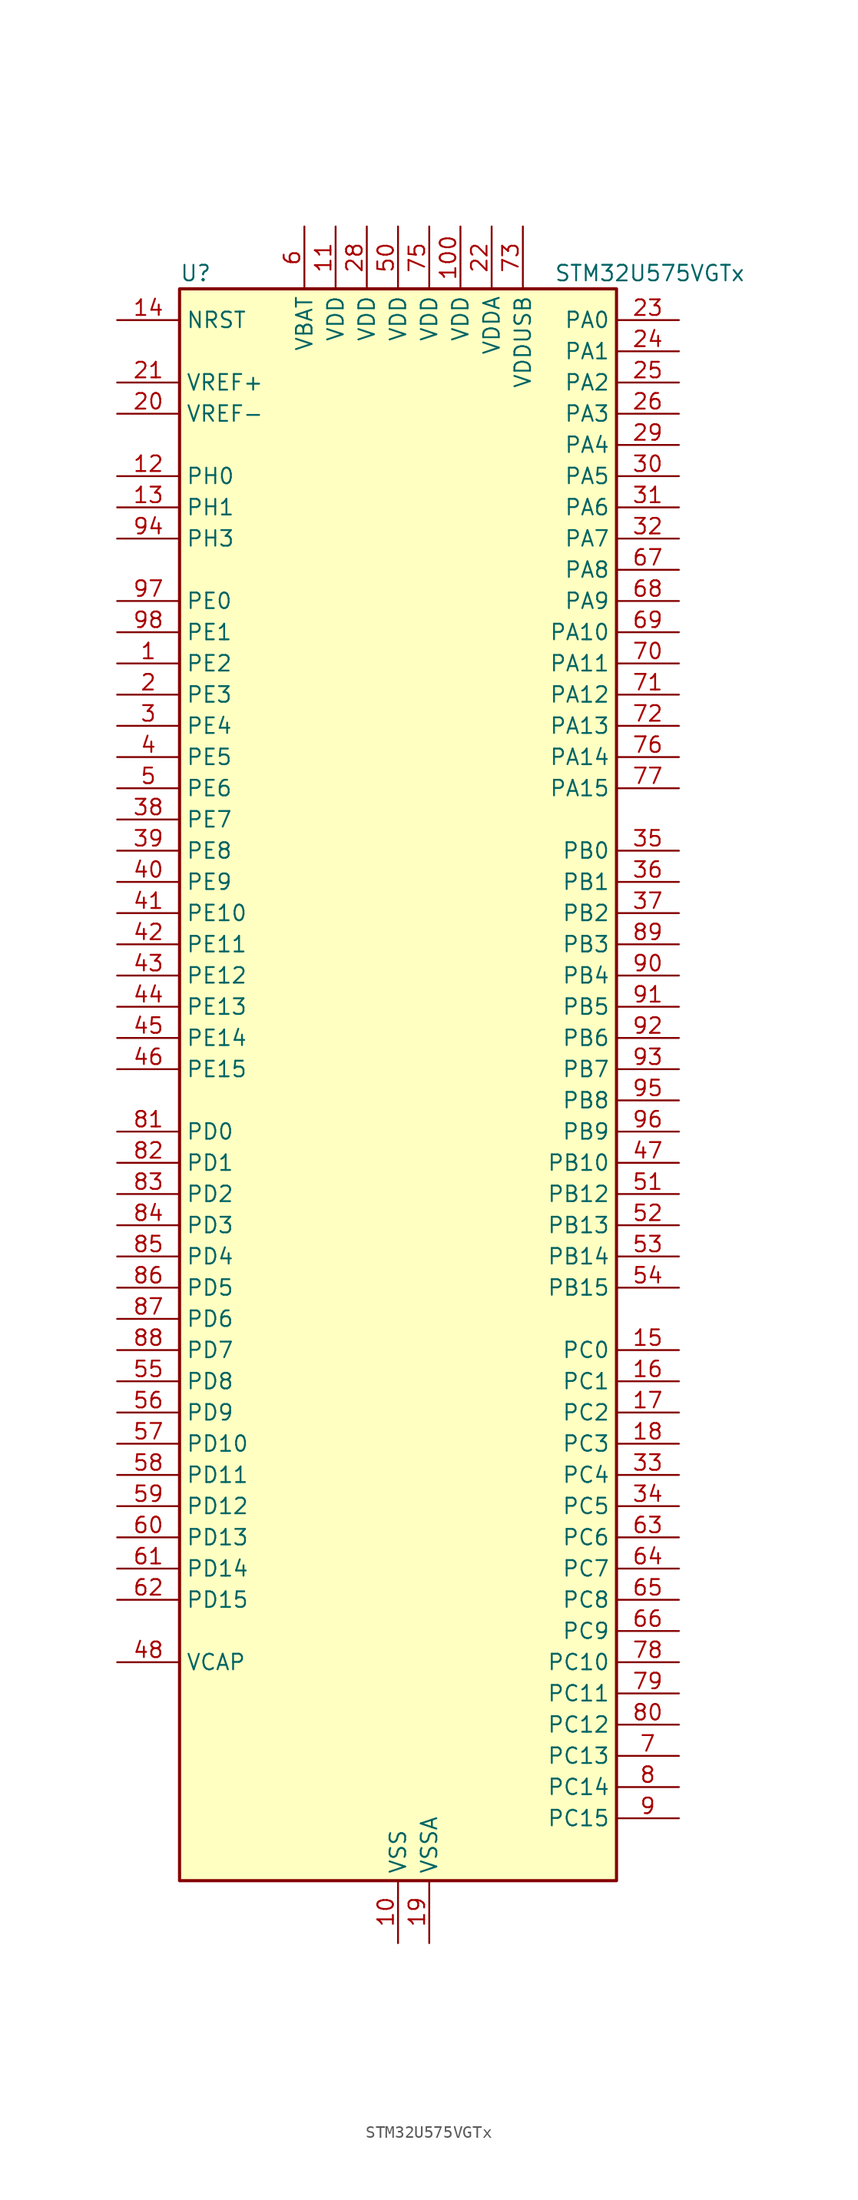
<source format=kicad_sym>
(kicad_symbol_lib
  (version 20211014)
  (generator kicad-library-utils)
  (symbol "STM32U575VGTx"
    (property "Reference" "U"
      (at -17.78 67.31 0)
      (effects (font (size 1.27 1.27)) (justify left)))
    (property "Value" "STM32U575VGTx"
      (at 12.7 67.31 0)
      (effects (font (size 1.27 1.27)) (justify left)))
    (property "ki_fp_filters" "LQFP*14x14mm*P0.5mm*"
      (at 0.0 0.0 0.0)
      (effects (font (size 1.27 1.27))))
    (symbol "STM32U575VGTx_0_1"
      (rectangle (start -17.78 -63.5) (end 17.78 66.04) (stroke (width 0.254)) (fill (type background))))
    (symbol "STM32U575VGTx_1_1"
      (pin input line (at -22.86 63.5 0) (length 5.08) (name "NRST" (effects (font (size 1.27 1.27)))) (number "14" (effects (font (size 1.27 1.27)))))
      (pin input line (at -22.86 58.42 0) (length 5.08) (name "VREF+" (effects (font (size 1.27 1.27)))) (number "21" (effects (font (size 1.27 1.27)))) (alternate "VREFBUF_OUT" bidirectional line))
      (pin input line (at -22.86 55.88 0) (length 5.08) (name "VREF-" (effects (font (size 1.27 1.27)))) (number "20" (effects (font (size 1.27 1.27)))))
      (pin bidirectional line (at -22.86 50.8 0) (length 5.08) (name "PH0" (effects (font (size 1.27 1.27)))) (number "12" (effects (font (size 1.27 1.27)))) (alternate "RCC_OSC_IN" bidirectional line))
      (pin bidirectional line (at -22.86 48.26 0) (length 5.08) (name "PH1" (effects (font (size 1.27 1.27)))) (number "13" (effects (font (size 1.27 1.27)))) (alternate "RCC_OSC_OUT" bidirectional line))
      (pin bidirectional line (at -22.86 45.72 0) (length 5.08) (name "PH3" (effects (font (size 1.27 1.27)))) (number "94" (effects (font (size 1.27 1.27)))))
      (pin bidirectional line (at -22.86 40.64 0) (length 5.08) (name "PE0" (effects (font (size 1.27 1.27)))) (number "97" (effects (font (size 1.27 1.27)))) (alternate "DCMI_D2" bidirectional line) (alternate "FMC_NBL0" bidirectional line) (alternate "PSSI_D2" bidirectional line) (alternate "TIM16_CH1" bidirectional line) (alternate "TIM4_ETR" bidirectional line))
      (pin bidirectional line (at -22.86 38.1 0) (length 5.08) (name "PE1" (effects (font (size 1.27 1.27)))) (number "98" (effects (font (size 1.27 1.27)))) (alternate "DCMI_D3" bidirectional line) (alternate "FMC_NBL1" bidirectional line) (alternate "PSSI_D3" bidirectional line) (alternate "TIM17_CH1" bidirectional line))
      (pin bidirectional line (at -22.86 35.56 0) (length 5.08) (name "PE2" (effects (font (size 1.27 1.27)))) (number "1" (effects (font (size 1.27 1.27)))) (alternate "DEBUG_TRACECLK" bidirectional line) (alternate "FMC_A23" bidirectional line) (alternate "SAI1_CK1" bidirectional line) (alternate "SAI1_MCLK_A" bidirectional line) (alternate "TIM3_ETR" bidirectional line) (alternate "TSC_G7_IO1" bidirectional line))
      (pin bidirectional line (at -22.86 33.02 0) (length 5.08) (name "PE3" (effects (font (size 1.27 1.27)))) (number "2" (effects (font (size 1.27 1.27)))) (alternate "DEBUG_TRACED0" bidirectional line) (alternate "FMC_A19" bidirectional line) (alternate "OCTOSPIM_P1_DQS" bidirectional line) (alternate "SAI1_SD_B" bidirectional line) (alternate "TAMP_IN6" bidirectional line) (alternate "TAMP_OUT3" bidirectional line) (alternate "TIM3_CH1" bidirectional line) (alternate "TSC_G7_IO2" bidirectional line))
      (pin bidirectional line (at -22.86 30.48 0) (length 5.08) (name "PE4" (effects (font (size 1.27 1.27)))) (number "3" (effects (font (size 1.27 1.27)))) (alternate "DCMI_D4" bidirectional line) (alternate "DEBUG_TRACED1" bidirectional line) (alternate "FMC_A20" bidirectional line) (alternate "MDF1_SDI3" bidirectional line) (alternate "PSSI_D4" bidirectional line) (alternate "PWR_WKUP1" bidirectional line) (alternate "SAI1_D2" bidirectional line) (alternate "SAI1_FS_A" bidirectional line) (alternate "TAMP_IN7" bidirectional line) (alternate "TAMP_OUT8" bidirectional line) (alternate "TIM3_CH2" bidirectional line) (alternate "TSC_G7_IO3" bidirectional line))
      (pin bidirectional line (at -22.86 27.94 0) (length 5.08) (name "PE5" (effects (font (size 1.27 1.27)))) (number "4" (effects (font (size 1.27 1.27)))) (alternate "DCMI_D6" bidirectional line) (alternate "DEBUG_TRACED2" bidirectional line) (alternate "FMC_A21" bidirectional line) (alternate "MDF1_CKI3" bidirectional line) (alternate "PSSI_D6" bidirectional line) (alternate "PWR_WKUP2" bidirectional line) (alternate "SAI1_CK2" bidirectional line) (alternate "SAI1_SCK_A" bidirectional line) (alternate "TAMP_IN8" bidirectional line) (alternate "TAMP_OUT7" bidirectional line) (alternate "TIM3_CH3" bidirectional line) (alternate "TSC_G7_IO4" bidirectional line))
      (pin bidirectional line (at -22.86 25.4 0) (length 5.08) (name "PE6" (effects (font (size 1.27 1.27)))) (number "5" (effects (font (size 1.27 1.27)))) (alternate "DCMI_D7" bidirectional line) (alternate "DEBUG_TRACED3" bidirectional line) (alternate "FMC_A22" bidirectional line) (alternate "PSSI_D7" bidirectional line) (alternate "PWR_WKUP3" bidirectional line) (alternate "SAI1_D1" bidirectional line) (alternate "SAI1_SD_A" bidirectional line) (alternate "TAMP_IN3" bidirectional line) (alternate "TAMP_OUT6" bidirectional line) (alternate "TIM3_CH4" bidirectional line))
      (pin bidirectional line (at -22.86 22.86 0) (length 5.08) (name "PE7" (effects (font (size 1.27 1.27)))) (number "38" (effects (font (size 1.27 1.27)))) (alternate "FMC_D4" bidirectional line) (alternate "FMC_DA4" bidirectional line) (alternate "MDF1_SDI2" bidirectional line) (alternate "PWR_WKUP6" bidirectional line) (alternate "SAI1_SD_B" bidirectional line) (alternate "TIM1_ETR" bidirectional line))
      (pin bidirectional line (at -22.86 20.32 0) (length 5.08) (name "PE8" (effects (font (size 1.27 1.27)))) (number "39" (effects (font (size 1.27 1.27)))) (alternate "FMC_D5" bidirectional line) (alternate "FMC_DA5" bidirectional line) (alternate "MDF1_CKI2" bidirectional line) (alternate "PWR_WKUP7" bidirectional line) (alternate "SAI1_SCK_B" bidirectional line) (alternate "TIM1_CH1N" bidirectional line))
      (pin bidirectional line (at -22.86 17.78 0) (length 5.08) (name "PE9" (effects (font (size 1.27 1.27)))) (number "40" (effects (font (size 1.27 1.27)))) (alternate "ADF1_CCK0" bidirectional line) (alternate "DAC1_EXTI9" bidirectional line) (alternate "FMC_D6" bidirectional line) (alternate "FMC_DA6" bidirectional line) (alternate "MDF1_CCK0" bidirectional line) (alternate "OCTOSPIM_P1_NCLK" bidirectional line) (alternate "SAI1_FS_B" bidirectional line) (alternate "TIM1_CH1" bidirectional line))
      (pin bidirectional line (at -22.86 15.24 0) (length 5.08) (name "PE10" (effects (font (size 1.27 1.27)))) (number "41" (effects (font (size 1.27 1.27)))) (alternate "ADF1_SDI0" bidirectional line) (alternate "FMC_D7" bidirectional line) (alternate "FMC_DA7" bidirectional line) (alternate "MDF1_SDI4" bidirectional line) (alternate "OCTOSPIM_P1_CLK" bidirectional line) (alternate "SAI1_MCLK_B" bidirectional line) (alternate "TIM1_CH2N" bidirectional line) (alternate "TSC_G5_IO1" bidirectional line))
      (pin bidirectional line (at -22.86 12.7 0) (length 5.08) (name "PE11" (effects (font (size 1.27 1.27)))) (number "42" (effects (font (size 1.27 1.27)))) (alternate "ADC1_EXTI11" bidirectional line) (alternate "FMC_D8" bidirectional line) (alternate "FMC_DA8" bidirectional line) (alternate "MDF1_CKI4" bidirectional line) (alternate "OCTOSPIM_P1_NCS" bidirectional line) (alternate "SPI1_RDY" bidirectional line) (alternate "TIM1_CH2" bidirectional line) (alternate "TSC_G5_IO2" bidirectional line))
      (pin bidirectional line (at -22.86 10.16 0) (length 5.08) (name "PE12" (effects (font (size 1.27 1.27)))) (number "43" (effects (font (size 1.27 1.27)))) (alternate "FMC_D9" bidirectional line) (alternate "FMC_DA9" bidirectional line) (alternate "MDF1_SDI5" bidirectional line) (alternate "OCTOSPIM_P1_IO0" bidirectional line) (alternate "SPI1_NSS" bidirectional line) (alternate "TIM1_CH3N" bidirectional line) (alternate "TSC_G5_IO3" bidirectional line))
      (pin bidirectional line (at -22.86 7.62 0) (length 5.08) (name "PE13" (effects (font (size 1.27 1.27)))) (number "44" (effects (font (size 1.27 1.27)))) (alternate "FMC_D10" bidirectional line) (alternate "FMC_DA10" bidirectional line) (alternate "MDF1_CKI5" bidirectional line) (alternate "OCTOSPIM_P1_IO1" bidirectional line) (alternate "SPI1_SCK" bidirectional line) (alternate "TIM1_CH3" bidirectional line) (alternate "TSC_G5_IO4" bidirectional line))
      (pin bidirectional line (at -22.86 5.08 0) (length 5.08) (name "PE14" (effects (font (size 1.27 1.27)))) (number "45" (effects (font (size 1.27 1.27)))) (alternate "FMC_D11" bidirectional line) (alternate "FMC_DA11" bidirectional line) (alternate "OCTOSPIM_P1_IO2" bidirectional line) (alternate "SPI1_MISO" bidirectional line) (alternate "TIM1_BKIN2" bidirectional line) (alternate "TIM1_CH4" bidirectional line))
      (pin bidirectional line (at -22.86 2.54 0) (length 5.08) (name "PE15" (effects (font (size 1.27 1.27)))) (number "46" (effects (font (size 1.27 1.27)))) (alternate "ADC1_EXTI15" bidirectional line) (alternate "ADC4_EXTI15" bidirectional line) (alternate "FMC_D12" bidirectional line) (alternate "FMC_DA12" bidirectional line) (alternate "OCTOSPIM_P1_IO3" bidirectional line) (alternate "SPI1_MOSI" bidirectional line) (alternate "TIM1_BKIN" bidirectional line) (alternate "TIM1_CH4N" bidirectional line))
      (pin bidirectional line (at -22.86 -2.54 0) (length 5.08) (name "PD0" (effects (font (size 1.27 1.27)))) (number "81" (effects (font (size 1.27 1.27)))) (alternate "FDCAN1_RX" bidirectional line) (alternate "FMC_D2" bidirectional line) (alternate "FMC_DA2" bidirectional line) (alternate "SPI2_NSS" bidirectional line) (alternate "TIM8_CH4N" bidirectional line))
      (pin bidirectional line (at -22.86 -5.08 0) (length 5.08) (name "PD1" (effects (font (size 1.27 1.27)))) (number "82" (effects (font (size 1.27 1.27)))) (alternate "FDCAN1_TX" bidirectional line) (alternate "FMC_D3" bidirectional line) (alternate "FMC_DA3" bidirectional line) (alternate "SPI2_SCK" bidirectional line))
      (pin bidirectional line (at -22.86 -7.62 0) (length 5.08) (name "PD2" (effects (font (size 1.27 1.27)))) (number "83" (effects (font (size 1.27 1.27)))) (alternate "DCMI_D11" bidirectional line) (alternate "DEBUG_TRACED2" bidirectional line) (alternate "LPTIM4_ETR" bidirectional line) (alternate "PSSI_D11" bidirectional line) (alternate "SDMMC1_CMD" bidirectional line) (alternate "TIM3_ETR" bidirectional line) (alternate "TSC_SYNC" bidirectional line) (alternate "UART5_RX" bidirectional line) (alternate "USART3_DE" bidirectional line) (alternate "USART3_RTS" bidirectional line))
      (pin bidirectional line (at -22.86 -10.16 0) (length 5.08) (name "PD3" (effects (font (size 1.27 1.27)))) (number "84" (effects (font (size 1.27 1.27)))) (alternate "DCMI_D5" bidirectional line) (alternate "FMC_CLK" bidirectional line) (alternate "MDF1_SDI0" bidirectional line) (alternate "OCTOSPIM_P2_NCS" bidirectional line) (alternate "PSSI_D5" bidirectional line) (alternate "SPI2_MISO" bidirectional line) (alternate "SPI2_SCK" bidirectional line) (alternate "USART2_CTS" bidirectional line))
      (pin bidirectional line (at -22.86 -12.7 0) (length 5.08) (name "PD4" (effects (font (size 1.27 1.27)))) (number "85" (effects (font (size 1.27 1.27)))) (alternate "FMC_NOE" bidirectional line) (alternate "MDF1_CKI0" bidirectional line) (alternate "OCTOSPIM_P1_IO4" bidirectional line) (alternate "SPI2_MOSI" bidirectional line) (alternate "USART2_DE" bidirectional line) (alternate "USART2_RTS" bidirectional line))
      (pin bidirectional line (at -22.86 -15.24 0) (length 5.08) (name "PD5" (effects (font (size 1.27 1.27)))) (number "86" (effects (font (size 1.27 1.27)))) (alternate "FMC_NWE" bidirectional line) (alternate "OCTOSPIM_P1_IO5" bidirectional line) (alternate "SPI2_RDY" bidirectional line) (alternate "USART2_TX" bidirectional line))
      (pin bidirectional line (at -22.86 -17.78 0) (length 5.08) (name "PD6" (effects (font (size 1.27 1.27)))) (number "87" (effects (font (size 1.27 1.27)))) (alternate "DCMI_D10" bidirectional line) (alternate "FMC_NWAIT" bidirectional line) (alternate "MDF1_SDI1" bidirectional line) (alternate "OCTOSPIM_P1_IO6" bidirectional line) (alternate "PSSI_D10" bidirectional line) (alternate "SAI1_D1" bidirectional line) (alternate "SAI1_SD_A" bidirectional line) (alternate "SDMMC2_CK" bidirectional line) (alternate "SPI3_MOSI" bidirectional line) (alternate "USART2_RX" bidirectional line))
      (pin bidirectional line (at -22.86 -20.32 0) (length 5.08) (name "PD7" (effects (font (size 1.27 1.27)))) (number "88" (effects (font (size 1.27 1.27)))) (alternate "FMC_NCE" bidirectional line) (alternate "FMC_NE1" bidirectional line) (alternate "LPTIM4_OUT" bidirectional line) (alternate "MDF1_CKI1" bidirectional line) (alternate "OCTOSPIM_P1_IO7" bidirectional line) (alternate "SDMMC2_CMD" bidirectional line) (alternate "USART2_CK" bidirectional line))
      (pin bidirectional line (at -22.86 -22.86 0) (length 5.08) (name "PD8" (effects (font (size 1.27 1.27)))) (number "55" (effects (font (size 1.27 1.27)))) (alternate "DCMI_HSYNC" bidirectional line) (alternate "FMC_D13" bidirectional line) (alternate "FMC_DA13" bidirectional line) (alternate "PSSI_DE" bidirectional line) (alternate "USART3_TX" bidirectional line))
      (pin bidirectional line (at -22.86 -25.4 0) (length 5.08) (name "PD9" (effects (font (size 1.27 1.27)))) (number "56" (effects (font (size 1.27 1.27)))) (alternate "DAC1_EXTI9" bidirectional line) (alternate "DCMI_PIXCLK" bidirectional line) (alternate "FMC_D14" bidirectional line) (alternate "FMC_DA14" bidirectional line) (alternate "LPTIM2_IN2" bidirectional line) (alternate "LPTIM3_IN1" bidirectional line) (alternate "PSSI_PDCK" bidirectional line) (alternate "SAI2_MCLK_A" bidirectional line) (alternate "USART3_RX" bidirectional line))
      (pin bidirectional line (at -22.86 -27.94 0) (length 5.08) (name "PD10" (effects (font (size 1.27 1.27)))) (number "57" (effects (font (size 1.27 1.27)))) (alternate "FMC_D15" bidirectional line) (alternate "FMC_DA15" bidirectional line) (alternate "LPTIM2_CH2" bidirectional line) (alternate "LPTIM3_ETR" bidirectional line) (alternate "SAI2_SCK_A" bidirectional line) (alternate "TSC_G6_IO1" bidirectional line) (alternate "USART3_CK" bidirectional line))
      (pin bidirectional line (at -22.86 -30.48 0) (length 5.08) (name "PD11" (effects (font (size 1.27 1.27)))) (number "58" (effects (font (size 1.27 1.27)))) (alternate "ADC1_EXTI11" bidirectional line) (alternate "ADC4_IN15" bidirectional line) (alternate "FMC_A16" bidirectional line) (alternate "FMC_CLE" bidirectional line) (alternate "I2C4_SMBA" bidirectional line) (alternate "LPTIM2_ETR" bidirectional line) (alternate "SAI2_SD_A" bidirectional line) (alternate "TSC_G6_IO2" bidirectional line) (alternate "USART3_CTS" bidirectional line))
      (pin bidirectional line (at -22.86 -33.02 0) (length 5.08) (name "PD12" (effects (font (size 1.27 1.27)))) (number "59" (effects (font (size 1.27 1.27)))) (alternate "ADC4_IN16" bidirectional line) (alternate "FMC_A17" bidirectional line) (alternate "FMC_ALE" bidirectional line) (alternate "I2C4_SCL" bidirectional line) (alternate "LPTIM2_IN1" bidirectional line) (alternate "SAI2_FS_A" bidirectional line) (alternate "TIM4_CH1" bidirectional line) (alternate "TSC_G6_IO3" bidirectional line) (alternate "USART3_DE" bidirectional line) (alternate "USART3_RTS" bidirectional line))
      (pin bidirectional line (at -22.86 -35.56 0) (length 5.08) (name "PD13" (effects (font (size 1.27 1.27)))) (number "60" (effects (font (size 1.27 1.27)))) (alternate "ADC4_IN17" bidirectional line) (alternate "FMC_A18" bidirectional line) (alternate "I2C4_SDA" bidirectional line) (alternate "LPTIM2_CH1" bidirectional line) (alternate "LPTIM4_IN1" bidirectional line) (alternate "TIM4_CH2" bidirectional line) (alternate "TSC_G6_IO4" bidirectional line))
      (pin bidirectional line (at -22.86 -38.1 0) (length 5.08) (name "PD14" (effects (font (size 1.27 1.27)))) (number "61" (effects (font (size 1.27 1.27)))) (alternate "FMC_D0" bidirectional line) (alternate "FMC_DA0" bidirectional line) (alternate "LPTIM3_CH1" bidirectional line) (alternate "TIM4_CH3" bidirectional line))
      (pin bidirectional line (at -22.86 -40.64 0) (length 5.08) (name "PD15" (effects (font (size 1.27 1.27)))) (number "62" (effects (font (size 1.27 1.27)))) (alternate "ADC1_EXTI15" bidirectional line) (alternate "ADC4_EXTI15" bidirectional line) (alternate "FMC_D1" bidirectional line) (alternate "FMC_DA1" bidirectional line) (alternate "LPTIM3_CH2" bidirectional line) (alternate "TIM4_CH4" bidirectional line))
      (pin power_out line (at -22.86 -45.72 0) (length 5.08) (name "VCAP" (effects (font (size 1.27 1.27)))) (number "48" (effects (font (size 1.27 1.27)))))
      (pin bidirectional line (at 22.86 63.5 180) (length 5.08) (name "PA0" (effects (font (size 1.27 1.27)))) (number "23" (effects (font (size 1.27 1.27)))) (alternate "ADC1_IN5" bidirectional line) (alternate "AUDIOCLK" bidirectional line) (alternate "OCTOSPIM_P2_NCS" bidirectional line) (alternate "OPAMP1_VINP" bidirectional line) (alternate "PWR_WKUP1" bidirectional line) (alternate "SDMMC2_CMD" bidirectional line) (alternate "SPI3_RDY" bidirectional line) (alternate "TAMP_IN2" bidirectional line) (alternate "TAMP_OUT1" bidirectional line) (alternate "TIM2_CH1" bidirectional line) (alternate "TIM2_ETR" bidirectional line) (alternate "TIM5_CH1" bidirectional line) (alternate "TIM8_ETR" bidirectional line) (alternate "UART4_TX" bidirectional line) (alternate "USART2_CTS" bidirectional line))
      (pin bidirectional line (at 22.86 60.96 180) (length 5.08) (name "PA1" (effects (font (size 1.27 1.27)))) (number "24" (effects (font (size 1.27 1.27)))) (alternate "ADC1_IN6" bidirectional line) (alternate "I2C1_SMBA" bidirectional line) (alternate "LPTIM1_CH2" bidirectional line) (alternate "OCTOSPIM_P1_DQS" bidirectional line) (alternate "OPAMP1_VINM" bidirectional line) (alternate "PWR_WKUP3" bidirectional line) (alternate "SPI1_SCK" bidirectional line) (alternate "TAMP_IN5" bidirectional line) (alternate "TAMP_OUT4" bidirectional line) (alternate "TIM15_CH1N" bidirectional line) (alternate "TIM2_CH2" bidirectional line) (alternate "TIM5_CH2" bidirectional line) (alternate "UART4_RX" bidirectional line) (alternate "USART2_DE" bidirectional line) (alternate "USART2_RTS" bidirectional line))
      (pin bidirectional line (at 22.86 58.42 180) (length 5.08) (name "PA2" (effects (font (size 1.27 1.27)))) (number "25" (effects (font (size 1.27 1.27)))) (alternate "ADC1_IN7" bidirectional line) (alternate "COMP1_INP" bidirectional line) (alternate "LPUART1_TX" bidirectional line) (alternate "OCTOSPIM_P1_NCS" bidirectional line) (alternate "PWR_WKUP4" bidirectional line) (alternate "RCC_LSCO" bidirectional line) (alternate "SPI1_RDY" bidirectional line) (alternate "TIM15_CH1" bidirectional line) (alternate "TIM2_CH3" bidirectional line) (alternate "TIM5_CH3" bidirectional line) (alternate "UCPD1_FRSTX1" bidirectional line) (alternate "USART2_TX" bidirectional line))
      (pin bidirectional line (at 22.86 55.88 180) (length 5.08) (name "PA3" (effects (font (size 1.27 1.27)))) (number "26" (effects (font (size 1.27 1.27)))) (alternate "ADC1_IN8" bidirectional line) (alternate "LPUART1_RX" bidirectional line) (alternate "OCTOSPIM_P1_CLK" bidirectional line) (alternate "OPAMP1_VOUT" bidirectional line) (alternate "PWR_WKUP5" bidirectional line) (alternate "SAI1_CK1" bidirectional line) (alternate "SAI1_MCLK_A" bidirectional line) (alternate "TIM15_CH2" bidirectional line) (alternate "TIM2_CH4" bidirectional line) (alternate "TIM5_CH4" bidirectional line) (alternate "USART2_RX" bidirectional line))
      (pin bidirectional line (at 22.86 53.34 180) (length 5.08) (name "PA4" (effects (font (size 1.27 1.27)))) (number "29" (effects (font (size 1.27 1.27)))) (alternate "ADC1_IN9" bidirectional line) (alternate "ADC4_IN9" bidirectional line) (alternate "DAC1_OUT1" bidirectional line) (alternate "DCMI_HSYNC" bidirectional line) (alternate "LPTIM2_CH1" bidirectional line) (alternate "OCTOSPIM_P1_NCS" bidirectional line) (alternate "PSSI_DE" bidirectional line) (alternate "PWR_WKUP2" bidirectional line) (alternate "SAI1_FS_B" bidirectional line) (alternate "SPI1_NSS" bidirectional line) (alternate "SPI3_NSS" bidirectional line) (alternate "USART2_CK" bidirectional line))
      (pin bidirectional line (at 22.86 50.8 180) (length 5.08) (name "PA5" (effects (font (size 1.27 1.27)))) (number "30" (effects (font (size 1.27 1.27)))) (alternate "ADC1_IN10" bidirectional line) (alternate "ADC4_IN10" bidirectional line) (alternate "DAC1_OUT2" bidirectional line) (alternate "LPTIM2_ETR" bidirectional line) (alternate "PSSI_D14" bidirectional line) (alternate "PWR_CSLEEP" bidirectional line) (alternate "PWR_WKUP6" bidirectional line) (alternate "SPI1_SCK" bidirectional line) (alternate "TIM2_CH1" bidirectional line) (alternate "TIM2_ETR" bidirectional line) (alternate "TIM8_CH1N" bidirectional line) (alternate "USART3_RX" bidirectional line))
      (pin bidirectional line (at 22.86 48.26 180) (length 5.08) (name "PA6" (effects (font (size 1.27 1.27)))) (number "31" (effects (font (size 1.27 1.27)))) (alternate "ADC1_IN11" bidirectional line) (alternate "ADC4_IN11" bidirectional line) (alternate "DCMI_PIXCLK" bidirectional line) (alternate "LPUART1_CTS" bidirectional line) (alternate "OCTOSPIM_P1_IO3" bidirectional line) (alternate "OPAMP2_VINP" bidirectional line) (alternate "PSSI_PDCK" bidirectional line) (alternate "PWR_CDSTOP" bidirectional line) (alternate "PWR_WKUP7" bidirectional line) (alternate "SPI1_MISO" bidirectional line) (alternate "TIM16_CH1" bidirectional line) (alternate "TIM1_BKIN" bidirectional line) (alternate "TIM3_CH1" bidirectional line) (alternate "TIM8_BKIN" bidirectional line) (alternate "USART3_CTS" bidirectional line))
      (pin bidirectional line (at 22.86 45.72 180) (length 5.08) (name "PA7" (effects (font (size 1.27 1.27)))) (number "32" (effects (font (size 1.27 1.27)))) (alternate "ADC1_IN12" bidirectional line) (alternate "ADC4_IN20" bidirectional line) (alternate "I2C3_SCL" bidirectional line) (alternate "LPTIM2_CH2" bidirectional line) (alternate "OCTOSPIM_P1_IO2" bidirectional line) (alternate "OPAMP2_VINM" bidirectional line) (alternate "PWR_SRDSTOP" bidirectional line) (alternate "PWR_WKUP8" bidirectional line) (alternate "SPI1_MOSI" bidirectional line) (alternate "TIM17_CH1" bidirectional line) (alternate "TIM1_CH1N" bidirectional line) (alternate "TIM3_CH2" bidirectional line) (alternate "TIM8_CH1N" bidirectional line) (alternate "USART3_TX" bidirectional line))
      (pin bidirectional line (at 22.86 43.18 180) (length 5.08) (name "PA8" (effects (font (size 1.27 1.27)))) (number "67" (effects (font (size 1.27 1.27)))) (alternate "DEBUG_TRACECLK" bidirectional line) (alternate "LPTIM2_CH1" bidirectional line) (alternate "RCC_MCO" bidirectional line) (alternate "SAI1_CK2" bidirectional line) (alternate "SAI1_SCK_A" bidirectional line) (alternate "SPI1_RDY" bidirectional line) (alternate "TIM1_CH1" bidirectional line) (alternate "USART1_CK" bidirectional line) (alternate "USB_OTG_FS_SOF" bidirectional line))
      (pin bidirectional line (at 22.86 40.64 180) (length 5.08) (name "PA9" (effects (font (size 1.27 1.27)))) (number "68" (effects (font (size 1.27 1.27)))) (alternate "DAC1_EXTI9" bidirectional line) (alternate "DCMI_D0" bidirectional line) (alternate "PSSI_D0" bidirectional line) (alternate "SAI1_FS_A" bidirectional line) (alternate "SPI2_SCK" bidirectional line) (alternate "TIM15_BKIN" bidirectional line) (alternate "TIM1_CH2" bidirectional line) (alternate "USART1_TX" bidirectional line) (alternate "USB_OTG_FS_VBUS" bidirectional line))
      (pin bidirectional line (at 22.86 38.1 180) (length 5.08) (name "PA10" (effects (font (size 1.27 1.27)))) (number "69" (effects (font (size 1.27 1.27)))) (alternate "CRS_SYNC" bidirectional line) (alternate "DCMI_D1" bidirectional line) (alternate "LPTIM2_IN2" bidirectional line) (alternate "PSSI_D1" bidirectional line) (alternate "SAI1_D1" bidirectional line) (alternate "SAI1_SD_A" bidirectional line) (alternate "TIM17_BKIN" bidirectional line) (alternate "TIM1_CH3" bidirectional line) (alternate "USART1_RX" bidirectional line) (alternate "USB_OTG_FS_ID" bidirectional line))
      (pin bidirectional line (at 22.86 35.56 180) (length 5.08) (name "PA11" (effects (font (size 1.27 1.27)))) (number "70" (effects (font (size 1.27 1.27)))) (alternate "ADC1_EXTI11" bidirectional line) (alternate "FDCAN1_RX" bidirectional line) (alternate "SPI1_MISO" bidirectional line) (alternate "TIM1_BKIN2" bidirectional line) (alternate "TIM1_CH4" bidirectional line) (alternate "USART1_CTS" bidirectional line) (alternate "USB_OTG_FS_DM" bidirectional line))
      (pin bidirectional line (at 22.86 33.02 180) (length 5.08) (name "PA12" (effects (font (size 1.27 1.27)))) (number "71" (effects (font (size 1.27 1.27)))) (alternate "FDCAN1_TX" bidirectional line) (alternate "OCTOSPIM_P2_NCS" bidirectional line) (alternate "SPI1_MOSI" bidirectional line) (alternate "TIM1_ETR" bidirectional line) (alternate "USART1_DE" bidirectional line) (alternate "USART1_RTS" bidirectional line) (alternate "USB_OTG_FS_DP" bidirectional line))
      (pin bidirectional line (at 22.86 30.48 180) (length 5.08) (name "PA13" (effects (font (size 1.27 1.27)))) (number "72" (effects (font (size 1.27 1.27)))) (alternate "DEBUG_JTMS-SWDIO" bidirectional line) (alternate "IR_OUT" bidirectional line) (alternate "SAI1_SD_B" bidirectional line) (alternate "USB_OTG_FS_NOE" bidirectional line))
      (pin bidirectional line (at 22.86 27.94 180) (length 5.08) (name "PA14" (effects (font (size 1.27 1.27)))) (number "76" (effects (font (size 1.27 1.27)))) (alternate "DEBUG_JTCK-SWCLK" bidirectional line) (alternate "I2C1_SMBA" bidirectional line) (alternate "I2C4_SMBA" bidirectional line) (alternate "LPTIM1_CH1" bidirectional line) (alternate "SAI1_FS_B" bidirectional line) (alternate "USB_OTG_FS_SOF" bidirectional line))
      (pin bidirectional line (at 22.86 25.4 180) (length 5.08) (name "PA15" (effects (font (size 1.27 1.27)))) (number "77" (effects (font (size 1.27 1.27)))) (alternate "ADC1_EXTI15" bidirectional line) (alternate "ADC4_EXTI15" bidirectional line) (alternate "DEBUG_JTDI" bidirectional line) (alternate "SAI2_FS_B" bidirectional line) (alternate "SPI1_NSS" bidirectional line) (alternate "SPI3_NSS" bidirectional line) (alternate "TIM2_CH1" bidirectional line) (alternate "TIM2_ETR" bidirectional line) (alternate "UART4_DE" bidirectional line) (alternate "UART4_RTS" bidirectional line) (alternate "UCPD1_CC1" bidirectional line) (alternate "USART2_RX" bidirectional line) (alternate "USART3_DE" bidirectional line) (alternate "USART3_RTS" bidirectional line))
      (pin bidirectional line (at 22.86 20.32 180) (length 5.08) (name "PB0" (effects (font (size 1.27 1.27)))) (number "35" (effects (font (size 1.27 1.27)))) (alternate "ADC1_IN15" bidirectional line) (alternate "ADC4_IN18" bidirectional line) (alternate "AUDIOCLK" bidirectional line) (alternate "COMP1_OUT" bidirectional line) (alternate "LPTIM3_CH1" bidirectional line) (alternate "OCTOSPIM_P1_IO1" bidirectional line) (alternate "OPAMP2_VOUT" bidirectional line) (alternate "SPI1_NSS" bidirectional line) (alternate "TIM1_CH2N" bidirectional line) (alternate "TIM3_CH3" bidirectional line) (alternate "TIM8_CH2N" bidirectional line) (alternate "USART3_CK" bidirectional line))
      (pin bidirectional line (at 22.86 17.78 180) (length 5.08) (name "PB1" (effects (font (size 1.27 1.27)))) (number "36" (effects (font (size 1.27 1.27)))) (alternate "ADC1_IN16" bidirectional line) (alternate "ADC4_IN19" bidirectional line) (alternate "COMP1_INM" bidirectional line) (alternate "LPTIM2_IN1" bidirectional line) (alternate "LPTIM3_CH2" bidirectional line) (alternate "LPUART1_DE" bidirectional line) (alternate "LPUART1_RTS" bidirectional line) (alternate "MDF1_SDI0" bidirectional line) (alternate "OCTOSPIM_P1_IO0" bidirectional line) (alternate "PWR_WKUP4" bidirectional line) (alternate "TIM1_CH3N" bidirectional line) (alternate "TIM3_CH4" bidirectional line) (alternate "TIM8_CH3N" bidirectional line) (alternate "USART3_DE" bidirectional line) (alternate "USART3_RTS" bidirectional line))
      (pin bidirectional line (at 22.86 15.24 180) (length 5.08) (name "PB2" (effects (font (size 1.27 1.27)))) (number "37" (effects (font (size 1.27 1.27)))) (alternate "ADC1_IN17" bidirectional line) (alternate "COMP1_INP" bidirectional line) (alternate "I2C3_SMBA" bidirectional line) (alternate "LPTIM1_CH1" bidirectional line) (alternate "MDF1_CKI0" bidirectional line) (alternate "OCTOSPIM_P1_DQS" bidirectional line) (alternate "PWR_WKUP1" bidirectional line) (alternate "RTC_OUT2" bidirectional line) (alternate "SPI1_RDY" bidirectional line) (alternate "TIM8_CH4N" bidirectional line) (alternate "UCPD1_FRSTX1" bidirectional line))
      (pin bidirectional line (at 22.86 12.7 180) (length 5.08) (name "PB3" (effects (font (size 1.27 1.27)))) (number "89" (effects (font (size 1.27 1.27)))) (alternate "ADF1_CCK0" bidirectional line) (alternate "COMP2_INM" bidirectional line) (alternate "CRS_SYNC" bidirectional line) (alternate "DEBUG_JTDO-SWO" bidirectional line) (alternate "I2C1_SDA" bidirectional line) (alternate "LPTIM1_CH1" bidirectional line) (alternate "SAI1_SCK_B" bidirectional line) (alternate "SDMMC2_D2" bidirectional line) (alternate "SPI1_SCK" bidirectional line) (alternate "SPI3_SCK" bidirectional line) (alternate "TIM2_CH2" bidirectional line) (alternate "USART1_DE" bidirectional line) (alternate "USART1_RTS" bidirectional line))
      (pin bidirectional line (at 22.86 10.16 180) (length 5.08) (name "PB4" (effects (font (size 1.27 1.27)))) (number "90" (effects (font (size 1.27 1.27)))) (alternate "ADF1_SDI0" bidirectional line) (alternate "COMP2_INP" bidirectional line) (alternate "DCMI_D12" bidirectional line) (alternate "DEBUG_JTRST" bidirectional line) (alternate "I2C3_SDA" bidirectional line) (alternate "LPTIM1_CH2" bidirectional line) (alternate "PSSI_D12" bidirectional line) (alternate "SAI1_MCLK_B" bidirectional line) (alternate "SDMMC2_D3" bidirectional line) (alternate "SPI1_MISO" bidirectional line) (alternate "SPI3_MISO" bidirectional line) (alternate "TIM17_BKIN" bidirectional line) (alternate "TIM3_CH1" bidirectional line) (alternate "TSC_G2_IO1" bidirectional line) (alternate "UART5_DE" bidirectional line) (alternate "UART5_RTS" bidirectional line) (alternate "USART1_CTS" bidirectional line))
      (pin bidirectional line (at 22.86 7.62 180) (length 5.08) (name "PB5" (effects (font (size 1.27 1.27)))) (number "91" (effects (font (size 1.27 1.27)))) (alternate "COMP2_OUT" bidirectional line) (alternate "DCMI_D10" bidirectional line) (alternate "I2C1_SMBA" bidirectional line) (alternate "LPTIM1_IN1" bidirectional line) (alternate "OCTOSPIM_P1_NCLK" bidirectional line) (alternate "PSSI_D10" bidirectional line) (alternate "PWR_WKUP6" bidirectional line) (alternate "SAI1_SD_B" bidirectional line) (alternate "SPI1_MOSI" bidirectional line) (alternate "SPI3_MOSI" bidirectional line) (alternate "TIM16_BKIN" bidirectional line) (alternate "TIM3_CH2" bidirectional line) (alternate "TSC_G2_IO2" bidirectional line) (alternate "UART5_CTS" bidirectional line) (alternate "UCPD1_DBCC1" bidirectional line) (alternate "USART1_CK" bidirectional line))
      (pin bidirectional line (at 22.86 5.08 180) (length 5.08) (name "PB6" (effects (font (size 1.27 1.27)))) (number "92" (effects (font (size 1.27 1.27)))) (alternate "COMP2_INP" bidirectional line) (alternate "DCMI_D5" bidirectional line) (alternate "I2C1_SCL" bidirectional line) (alternate "I2C4_SCL" bidirectional line) (alternate "LPTIM1_ETR" bidirectional line) (alternate "MDF1_SDI5" bidirectional line) (alternate "PSSI_D5" bidirectional line) (alternate "PWR_WKUP3" bidirectional line) (alternate "SAI1_FS_B" bidirectional line) (alternate "TIM16_CH1N" bidirectional line) (alternate "TIM4_CH1" bidirectional line) (alternate "TIM8_BKIN2" bidirectional line) (alternate "TSC_G2_IO3" bidirectional line) (alternate "USART1_TX" bidirectional line))
      (pin bidirectional line (at 22.86 2.54 180) (length 5.08) (name "PB7" (effects (font (size 1.27 1.27)))) (number "93" (effects (font (size 1.27 1.27)))) (alternate "COMP2_INM" bidirectional line) (alternate "DCMI_VSYNC" bidirectional line) (alternate "FMC_NL" bidirectional line) (alternate "I2C1_SDA" bidirectional line) (alternate "I2C4_SDA" bidirectional line) (alternate "LPTIM1_IN2" bidirectional line) (alternate "MDF1_CKI5" bidirectional line) (alternate "PSSI_RDY" bidirectional line) (alternate "PWR_PVD_IN" bidirectional line) (alternate "PWR_WKUP4" bidirectional line) (alternate "TIM17_CH1N" bidirectional line) (alternate "TIM4_CH2" bidirectional line) (alternate "TIM8_BKIN" bidirectional line) (alternate "TSC_G2_IO4" bidirectional line) (alternate "UART4_CTS" bidirectional line) (alternate "USART1_RX" bidirectional line))
      (pin bidirectional line (at 22.86 0.0 180) (length 5.08) (name "PB8" (effects (font (size 1.27 1.27)))) (number "95" (effects (font (size 1.27 1.27)))) (alternate "DCMI_D6" bidirectional line) (alternate "FDCAN1_RX" bidirectional line) (alternate "I2C1_SCL" bidirectional line) (alternate "MDF1_CCK0" bidirectional line) (alternate "PSSI_D6" bidirectional line) (alternate "PWR_WKUP5" bidirectional line) (alternate "SAI1_CK1" bidirectional line) (alternate "SAI1_MCLK_A" bidirectional line) (alternate "SDMMC1_CKIN" bidirectional line) (alternate "SDMMC1_D4" bidirectional line) (alternate "SDMMC2_D4" bidirectional line) (alternate "SPI3_RDY" bidirectional line) (alternate "TIM16_CH1" bidirectional line) (alternate "TIM4_CH3" bidirectional line))
      (pin bidirectional line (at 22.86 -2.54 180) (length 5.08) (name "PB9" (effects (font (size 1.27 1.27)))) (number "96" (effects (font (size 1.27 1.27)))) (alternate "DAC1_EXTI9" bidirectional line) (alternate "DCMI_D7" bidirectional line) (alternate "FDCAN1_TX" bidirectional line) (alternate "I2C1_SDA" bidirectional line) (alternate "IR_OUT" bidirectional line) (alternate "PSSI_D7" bidirectional line) (alternate "SAI1_D2" bidirectional line) (alternate "SAI1_FS_A" bidirectional line) (alternate "SDMMC1_CDIR" bidirectional line) (alternate "SDMMC1_D5" bidirectional line) (alternate "SDMMC2_D5" bidirectional line) (alternate "SPI2_NSS" bidirectional line) (alternate "TIM17_CH1" bidirectional line) (alternate "TIM4_CH4" bidirectional line))
      (pin bidirectional line (at 22.86 -5.08 180) (length 5.08) (name "PB10" (effects (font (size 1.27 1.27)))) (number "47" (effects (font (size 1.27 1.27)))) (alternate "COMP1_OUT" bidirectional line) (alternate "I2C2_SCL" bidirectional line) (alternate "I2C4_SCL" bidirectional line) (alternate "LPTIM3_CH1" bidirectional line) (alternate "LPUART1_RX" bidirectional line) (alternate "OCTOSPIM_P1_CLK" bidirectional line) (alternate "PWR_WKUP8" bidirectional line) (alternate "SAI1_SCK_A" bidirectional line) (alternate "SPI2_SCK" bidirectional line) (alternate "TIM2_CH3" bidirectional line) (alternate "TSC_SYNC" bidirectional line) (alternate "USART3_TX" bidirectional line))
      (pin bidirectional line (at 22.86 -7.62 180) (length 5.08) (name "PB12" (effects (font (size 1.27 1.27)))) (number "51" (effects (font (size 1.27 1.27)))) (alternate "I2C2_SMBA" bidirectional line) (alternate "LPUART1_DE" bidirectional line) (alternate "LPUART1_RTS" bidirectional line) (alternate "MDF1_SDI1" bidirectional line) (alternate "OCTOSPIM_P1_NCLK" bidirectional line) (alternate "SAI2_FS_A" bidirectional line) (alternate "SPI2_NSS" bidirectional line) (alternate "TIM15_BKIN" bidirectional line) (alternate "TIM1_BKIN" bidirectional line) (alternate "TSC_G1_IO1" bidirectional line) (alternate "USART3_CK" bidirectional line))
      (pin bidirectional line (at 22.86 -10.16 180) (length 5.08) (name "PB13" (effects (font (size 1.27 1.27)))) (number "52" (effects (font (size 1.27 1.27)))) (alternate "I2C2_SCL" bidirectional line) (alternate "LPTIM3_IN1" bidirectional line) (alternate "LPUART1_CTS" bidirectional line) (alternate "MDF1_CKI1" bidirectional line) (alternate "SAI2_SCK_A" bidirectional line) (alternate "SPI2_SCK" bidirectional line) (alternate "TIM15_CH1N" bidirectional line) (alternate "TIM1_CH1N" bidirectional line) (alternate "TSC_G1_IO2" bidirectional line) (alternate "USART3_CTS" bidirectional line))
      (pin bidirectional line (at 22.86 -12.7 180) (length 5.08) (name "PB14" (effects (font (size 1.27 1.27)))) (number "53" (effects (font (size 1.27 1.27)))) (alternate "I2C2_SDA" bidirectional line) (alternate "LPTIM3_ETR" bidirectional line) (alternate "MDF1_SDI2" bidirectional line) (alternate "SAI2_MCLK_A" bidirectional line) (alternate "SDMMC2_D0" bidirectional line) (alternate "SPI2_MISO" bidirectional line) (alternate "TIM15_CH1" bidirectional line) (alternate "TIM1_CH2N" bidirectional line) (alternate "TIM8_CH2N" bidirectional line) (alternate "TSC_G1_IO3" bidirectional line) (alternate "UCPD1_DBCC2" bidirectional line) (alternate "USART3_DE" bidirectional line) (alternate "USART3_RTS" bidirectional line))
      (pin bidirectional line (at 22.86 -15.24 180) (length 5.08) (name "PB15" (effects (font (size 1.27 1.27)))) (number "54" (effects (font (size 1.27 1.27)))) (alternate "ADC1_EXTI15" bidirectional line) (alternate "ADC4_EXTI15" bidirectional line) (alternate "FMC_NBL1" bidirectional line) (alternate "LPTIM2_IN2" bidirectional line) (alternate "MDF1_CKI2" bidirectional line) (alternate "PWR_WKUP7" bidirectional line) (alternate "RTC_REFIN" bidirectional line) (alternate "SAI2_SD_A" bidirectional line) (alternate "SDMMC2_D1" bidirectional line) (alternate "SPI2_MOSI" bidirectional line) (alternate "TIM15_CH2" bidirectional line) (alternate "TIM1_CH3N" bidirectional line) (alternate "TIM8_CH3N" bidirectional line) (alternate "UCPD1_CC2" bidirectional line))
      (pin bidirectional line (at 22.86 -20.32 180) (length 5.08) (name "PC0" (effects (font (size 1.27 1.27)))) (number "15" (effects (font (size 1.27 1.27)))) (alternate "ADC1_IN1" bidirectional line) (alternate "ADC4_IN1" bidirectional line) (alternate "I2C3_SCL" bidirectional line) (alternate "LPTIM1_IN1" bidirectional line) (alternate "LPTIM2_IN1" bidirectional line) (alternate "LPUART1_RX" bidirectional line) (alternate "MDF1_SDI4" bidirectional line) (alternate "OCTOSPIM_P1_IO7" bidirectional line) (alternate "SAI2_FS_A" bidirectional line) (alternate "SDMMC1_D5" bidirectional line) (alternate "SPI2_RDY" bidirectional line))
      (pin bidirectional line (at 22.86 -22.86 180) (length 5.08) (name "PC1" (effects (font (size 1.27 1.27)))) (number "16" (effects (font (size 1.27 1.27)))) (alternate "ADC1_IN2" bidirectional line) (alternate "ADC4_IN2" bidirectional line) (alternate "DEBUG_TRACED0" bidirectional line) (alternate "I2C3_SDA" bidirectional line) (alternate "LPTIM1_CH1" bidirectional line) (alternate "LPUART1_TX" bidirectional line) (alternate "MDF1_CKI4" bidirectional line) (alternate "OCTOSPIM_P1_IO4" bidirectional line) (alternate "SAI1_SD_A" bidirectional line) (alternate "SDMMC2_CK" bidirectional line) (alternate "SPI2_MOSI" bidirectional line))
      (pin bidirectional line (at 22.86 -25.4 180) (length 5.08) (name "PC2" (effects (font (size 1.27 1.27)))) (number "17" (effects (font (size 1.27 1.27)))) (alternate "ADC1_IN3" bidirectional line) (alternate "ADC4_IN3" bidirectional line) (alternate "LPTIM1_IN2" bidirectional line) (alternate "MDF1_CCK1" bidirectional line) (alternate "OCTOSPIM_P1_IO5" bidirectional line) (alternate "SPI2_MISO" bidirectional line))
      (pin bidirectional line (at 22.86 -27.94 180) (length 5.08) (name "PC3" (effects (font (size 1.27 1.27)))) (number "18" (effects (font (size 1.27 1.27)))) (alternate "ADC1_IN4" bidirectional line) (alternate "ADC4_IN4" bidirectional line) (alternate "LPTIM1_ETR" bidirectional line) (alternate "LPTIM2_ETR" bidirectional line) (alternate "LPTIM3_CH1" bidirectional line) (alternate "OCTOSPIM_P1_IO6" bidirectional line) (alternate "SAI1_D1" bidirectional line) (alternate "SAI1_SD_A" bidirectional line) (alternate "SPI2_MOSI" bidirectional line))
      (pin bidirectional line (at 22.86 -30.48 180) (length 5.08) (name "PC4" (effects (font (size 1.27 1.27)))) (number "33" (effects (font (size 1.27 1.27)))) (alternate "ADC1_IN13" bidirectional line) (alternate "ADC4_IN22" bidirectional line) (alternate "COMP1_INM" bidirectional line) (alternate "OCTOSPIM_P1_IO7" bidirectional line) (alternate "USART3_TX" bidirectional line))
      (pin bidirectional line (at 22.86 -33.02 180) (length 5.08) (name "PC5" (effects (font (size 1.27 1.27)))) (number "34" (effects (font (size 1.27 1.27)))) (alternate "ADC1_IN14" bidirectional line) (alternate "ADC4_IN23" bidirectional line) (alternate "COMP1_INP" bidirectional line) (alternate "PSSI_D15" bidirectional line) (alternate "PWR_WKUP5" bidirectional line) (alternate "SAI1_D3" bidirectional line) (alternate "TAMP_IN4" bidirectional line) (alternate "TAMP_OUT5" bidirectional line) (alternate "TIM1_CH4N" bidirectional line) (alternate "USART3_RX" bidirectional line))
      (pin bidirectional line (at 22.86 -35.56 180) (length 5.08) (name "PC6" (effects (font (size 1.27 1.27)))) (number "63" (effects (font (size 1.27 1.27)))) (alternate "DCMI_D0" bidirectional line) (alternate "MDF1_CKI3" bidirectional line) (alternate "PSSI_D0" bidirectional line) (alternate "PWR_CSLEEP" bidirectional line) (alternate "SAI2_MCLK_A" bidirectional line) (alternate "SDMMC1_D0DIR" bidirectional line) (alternate "SDMMC1_D6" bidirectional line) (alternate "SDMMC2_D6" bidirectional line) (alternate "TIM3_CH1" bidirectional line) (alternate "TIM8_CH1" bidirectional line) (alternate "TSC_G4_IO1" bidirectional line))
      (pin bidirectional line (at 22.86 -38.1 180) (length 5.08) (name "PC7" (effects (font (size 1.27 1.27)))) (number "64" (effects (font (size 1.27 1.27)))) (alternate "DCMI_D1" bidirectional line) (alternate "LPTIM2_CH2" bidirectional line) (alternate "MDF1_SDI3" bidirectional line) (alternate "PSSI_D1" bidirectional line) (alternate "PWR_CDSTOP" bidirectional line) (alternate "SAI2_MCLK_B" bidirectional line) (alternate "SDMMC1_D123DIR" bidirectional line) (alternate "SDMMC1_D7" bidirectional line) (alternate "SDMMC2_D7" bidirectional line) (alternate "TIM3_CH2" bidirectional line) (alternate "TIM8_CH2" bidirectional line) (alternate "TSC_G4_IO2" bidirectional line))
      (pin bidirectional line (at 22.86 -40.64 180) (length 5.08) (name "PC8" (effects (font (size 1.27 1.27)))) (number "65" (effects (font (size 1.27 1.27)))) (alternate "DCMI_D2" bidirectional line) (alternate "LPTIM3_CH1" bidirectional line) (alternate "PSSI_D2" bidirectional line) (alternate "PWR_SRDSTOP" bidirectional line) (alternate "SDMMC1_D0" bidirectional line) (alternate "TIM3_CH3" bidirectional line) (alternate "TIM8_CH3" bidirectional line) (alternate "TSC_G4_IO3" bidirectional line))
      (pin bidirectional line (at 22.86 -43.18 180) (length 5.08) (name "PC9" (effects (font (size 1.27 1.27)))) (number "66" (effects (font (size 1.27 1.27)))) (alternate "DAC1_EXTI9" bidirectional line) (alternate "DCMI_D3" bidirectional line) (alternate "DEBUG_TRACED0" bidirectional line) (alternate "LPTIM3_CH2" bidirectional line) (alternate "PSSI_D3" bidirectional line) (alternate "SDMMC1_D1" bidirectional line) (alternate "TIM3_CH4" bidirectional line) (alternate "TIM8_BKIN2" bidirectional line) (alternate "TIM8_CH4" bidirectional line) (alternate "TSC_G4_IO4" bidirectional line) (alternate "USB_OTG_FS_NOE" bidirectional line))
      (pin bidirectional line (at 22.86 -45.72 180) (length 5.08) (name "PC10" (effects (font (size 1.27 1.27)))) (number "78" (effects (font (size 1.27 1.27)))) (alternate "ADF1_CCK1" bidirectional line) (alternate "DCMI_D8" bidirectional line) (alternate "DEBUG_TRACED1" bidirectional line) (alternate "LPTIM3_ETR" bidirectional line) (alternate "PSSI_D8" bidirectional line) (alternate "SAI2_SCK_B" bidirectional line) (alternate "SDMMC1_D2" bidirectional line) (alternate "SPI3_SCK" bidirectional line) (alternate "TSC_G3_IO2" bidirectional line) (alternate "UART4_TX" bidirectional line) (alternate "USART3_TX" bidirectional line))
      (pin bidirectional line (at 22.86 -48.26 180) (length 5.08) (name "PC11" (effects (font (size 1.27 1.27)))) (number "79" (effects (font (size 1.27 1.27)))) (alternate "ADC1_EXTI11" bidirectional line) (alternate "ADF1_SDI0" bidirectional line) (alternate "DCMI_D2" bidirectional line) (alternate "DCMI_D4" bidirectional line) (alternate "LPTIM3_IN1" bidirectional line) (alternate "OCTOSPIM_P1_NCS" bidirectional line) (alternate "PSSI_D2" bidirectional line) (alternate "PSSI_D4" bidirectional line) (alternate "SAI2_MCLK_B" bidirectional line) (alternate "SDMMC1_D3" bidirectional line) (alternate "SPI3_MISO" bidirectional line) (alternate "TSC_G3_IO3" bidirectional line) (alternate "UART4_RX" bidirectional line) (alternate "UCPD1_FRSTX2" bidirectional line) (alternate "USART3_RX" bidirectional line))
      (pin bidirectional line (at 22.86 -50.8 180) (length 5.08) (name "PC12" (effects (font (size 1.27 1.27)))) (number "80" (effects (font (size 1.27 1.27)))) (alternate "DCMI_D9" bidirectional line) (alternate "DEBUG_TRACED3" bidirectional line) (alternate "PSSI_D9" bidirectional line) (alternate "SAI2_SD_B" bidirectional line) (alternate "SDMMC1_CK" bidirectional line) (alternate "SPI3_MOSI" bidirectional line) (alternate "TSC_G3_IO4" bidirectional line) (alternate "UART5_TX" bidirectional line) (alternate "USART3_CK" bidirectional line))
      (pin bidirectional line (at 22.86 -53.34 180) (length 5.08) (name "PC13" (effects (font (size 1.27 1.27)))) (number "7" (effects (font (size 1.27 1.27)))) (alternate "PWR_WKUP2" bidirectional line) (alternate "RTC_OUT1" bidirectional line) (alternate "RTC_TS" bidirectional line) (alternate "TAMP_IN1" bidirectional line) (alternate "TAMP_OUT2" bidirectional line))
      (pin bidirectional line (at 22.86 -55.88 180) (length 5.08) (name "PC14" (effects (font (size 1.27 1.27)))) (number "8" (effects (font (size 1.27 1.27)))) (alternate "RCC_OSC32_IN" bidirectional line))
      (pin bidirectional line (at 22.86 -58.42 180) (length 5.08) (name "PC15" (effects (font (size 1.27 1.27)))) (number "9" (effects (font (size 1.27 1.27)))) (alternate "ADC1_EXTI15" bidirectional line) (alternate "ADC4_EXTI15" bidirectional line) (alternate "RCC_OSC32_OUT" bidirectional line))
      (pin power_in line (at -7.62 71.12 270) (length 5.08) (name "VBAT" (effects (font (size 1.27 1.27)))) (number "6" (effects (font (size 1.27 1.27)))))
      (pin power_in line (at -5.08 71.12 270) (length 5.08) (name "VDD" (effects (font (size 1.27 1.27)))) (number "11" (effects (font (size 1.27 1.27)))))
      (pin power_in line (at -2.54 71.12 270) (length 5.08) (name "VDD" (effects (font (size 1.27 1.27)))) (number "28" (effects (font (size 1.27 1.27)))))
      (pin power_in line (at 0.0 71.12 270) (length 5.08) (name "VDD" (effects (font (size 1.27 1.27)))) (number "50" (effects (font (size 1.27 1.27)))))
      (pin power_in line (at 2.54 71.12 270) (length 5.08) (name "VDD" (effects (font (size 1.27 1.27)))) (number "75" (effects (font (size 1.27 1.27)))))
      (pin power_in line (at 5.08 71.12 270) (length 5.08) (name "VDD" (effects (font (size 1.27 1.27)))) (number "100" (effects (font (size 1.27 1.27)))))
      (pin power_in line (at 7.62 71.12 270) (length 5.08) (name "VDDA" (effects (font (size 1.27 1.27)))) (number "22" (effects (font (size 1.27 1.27)))))
      (pin power_in line (at 10.16 71.12 270) (length 5.08) (name "VDDUSB" (effects (font (size 1.27 1.27)))) (number "73" (effects (font (size 1.27 1.27)))))
      (pin power_in line (at 0.0 -68.58 90) (length 5.08) (name "VSS" (effects (font (size 1.27 1.27)))) (number "10" (effects (font (size 1.27 1.27)))))
      (pin passive line (at 0.0 -68.58 90) (length 5.08) hide (name "VSS" (effects (font (size 1.27 1.27)))) (number "27" (effects (font (size 1.27 1.27)))))
      (pin passive line (at 0.0 -68.58 90) (length 5.08) hide (name "VSS" (effects (font (size 1.27 1.27)))) (number "49" (effects (font (size 1.27 1.27)))))
      (pin passive line (at 0.0 -68.58 90) (length 5.08) hide (name "VSS" (effects (font (size 1.27 1.27)))) (number "74" (effects (font (size 1.27 1.27)))))
      (pin passive line (at 0.0 -68.58 90) (length 5.08) hide (name "VSS" (effects (font (size 1.27 1.27)))) (number "99" (effects (font (size 1.27 1.27)))))
      (pin power_in line (at 2.54 -68.58 90) (length 5.08) (name "VSSA" (effects (font (size 1.27 1.27)))) (number "19" (effects (font (size 1.27 1.27))))))))
</source>
